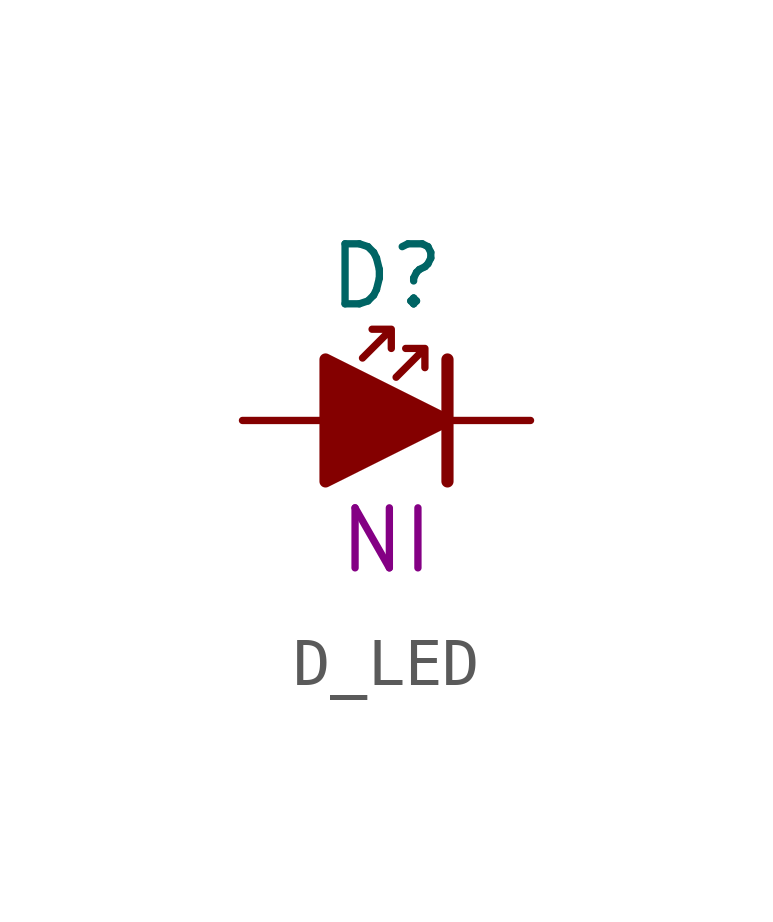
<source format=kicad_sym>
(kicad_symbol_lib
  (version 20241209)
  (generator "kicad_symbol_editor")
  (generator_version "9.0")
  (symbol "D_LED"
    (pin_numbers
      (hide yes))
    (pin_names
      (offset 0)
      (hide yes))
    (property "Reference" "D"
      (at 3 3 0)
      (do_not_autoplace)
      (effects (font (size 1.25 1.25))))
    (property "Part#" "NI"
      (at 3 -2.5 0)
      (do_not_autoplace)
      (effects (font (size 1.25 1.25))))
    (symbol "D_LED_0_1"
      (polyline (pts (xy 1.73 1.27) (xy 1.73 -1.27) (xy 4.27 0) (xy 1.73 1.27)) (stroke (width 0.254) (type default)) (fill (type outline)))
      (polyline (pts (xy 2.5 1.3) (xy 3.1 1.9) (xy 2.7 1.9) (xy 3.1 1.9) (xy 3.1 1.5)) (stroke (width 0) (type default)) (fill (type none)))
      (polyline (pts (xy 3.2 0.9) (xy 3.8 1.5) (xy 3.4 1.5) (xy 3.8 1.5) (xy 3.8 1.1)) (stroke (width 0) (type default)) (fill (type none)))
      (polyline (pts (xy 4.27 1.27) (xy 4.27 -1.27)) (stroke (width 0.254) (type default)) (fill (type none))))
    (symbol "D_LED_1_1"
      (pin passive line (at 0 0 0) (length 2.54) (name "A" (effects (font (size 1.25 1.25)))) (number "A" (effects (font (size 1.25 1.25)))))
      (pin passive line (at 6 0 180) (length 2.54) (name "K" (effects (font (size 1.25 1.25)))) (number "K" (effects (font (size 1.25 1.25))))))))
</source>
